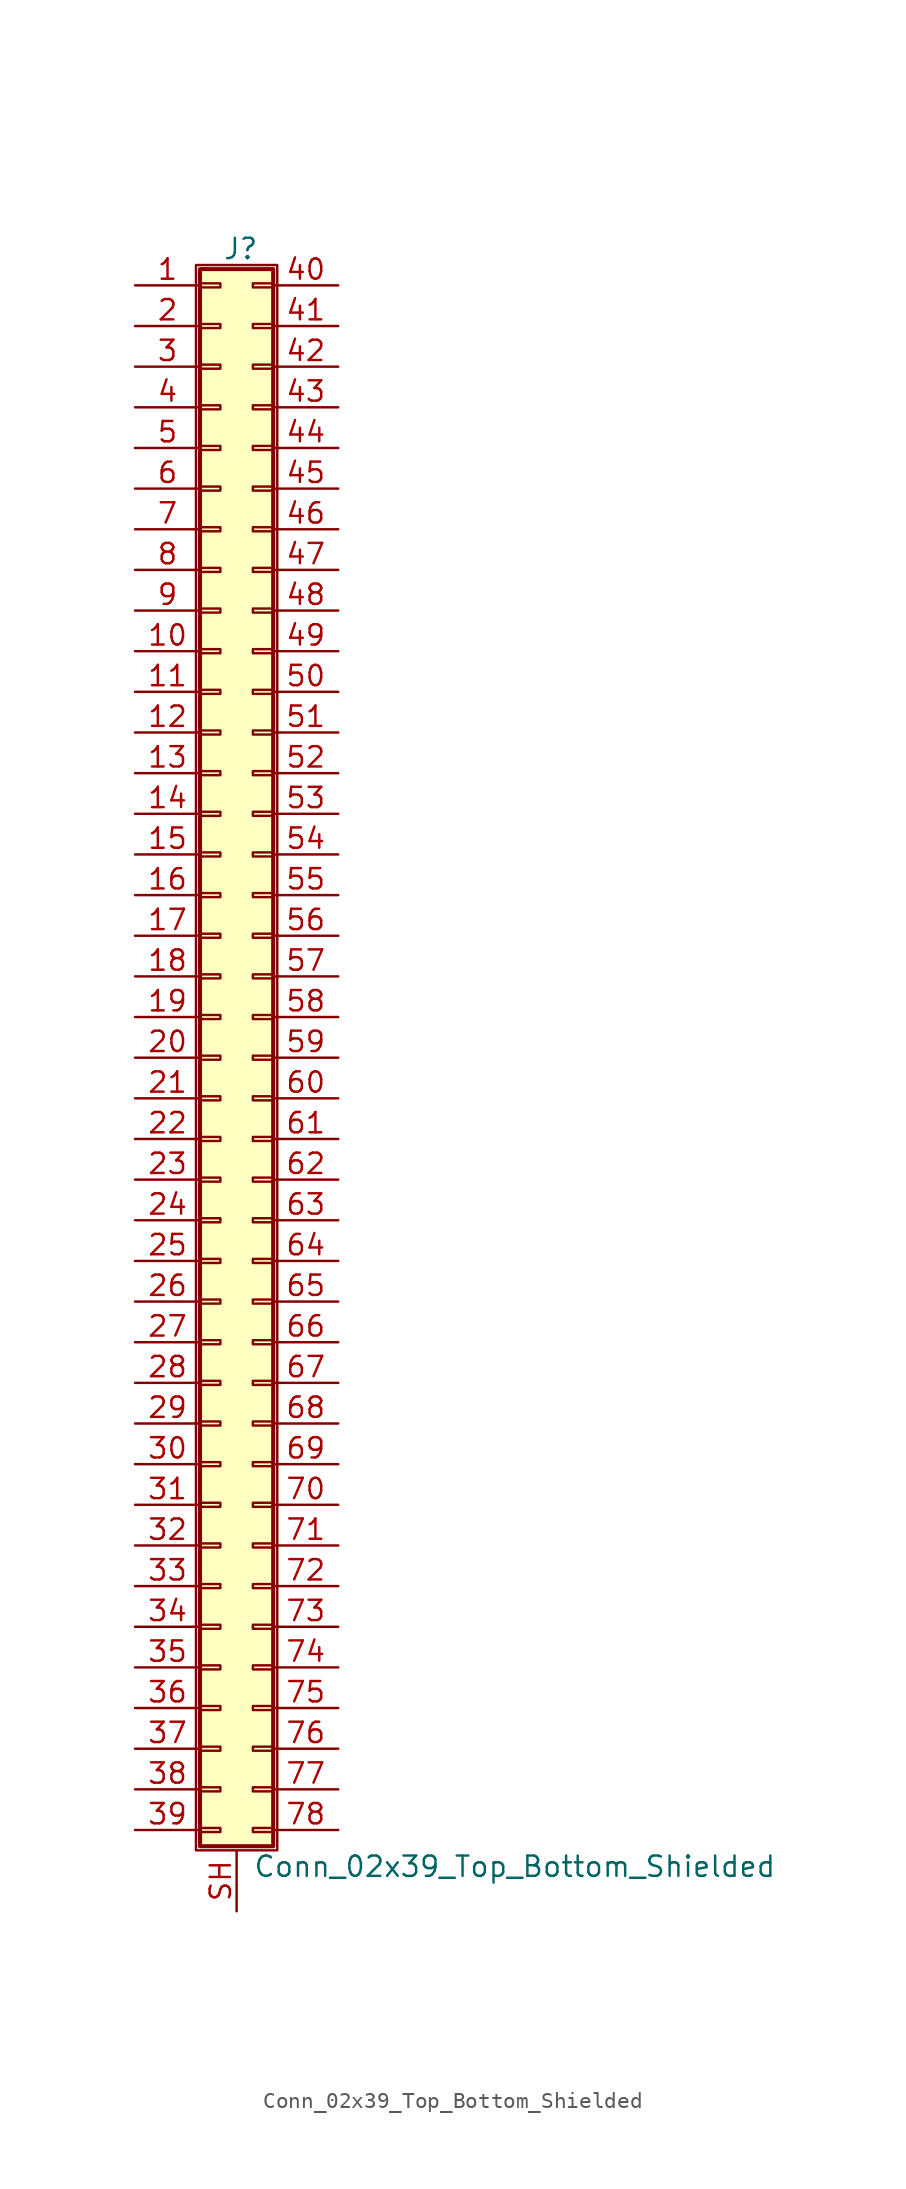
<source format=kicad_sym>
(kicad_symbol_lib
  (version 20201005)
  (generator kicad_symbol_editor)
  (symbol "Connector_Generic_Shielded:Conn_02x39_Top_Bottom_Shielded"
    (pin_names
      (offset 1.016) hide)
    (property "Reference" "J"
      (at 1.524 50.546 0)
      (effects (font (size 1.27 1.27))))
    (property "Value" "Conn_02x39_Top_Bottom_Shielded"
      (at 2.286 -50.546 0)
      (effects (font (size 1.27 1.27)) (justify left)))
    (symbol "Conn_02x39_Top_Bottom_Shielded_1_1"
      (rectangle (start -1.016 -27.813) (end 0.254 -28.067) (stroke (width 0.152)) (fill (type none)))
      (rectangle (start -1.016 -30.353) (end 0.254 -30.607) (stroke (width 0.152)) (fill (type none)))
      (rectangle (start -1.016 -32.893) (end 0.254 -33.147) (stroke (width 0.152)) (fill (type none)))
      (rectangle (start -1.016 -35.433) (end 0.254 -35.687) (stroke (width 0.152)) (fill (type none)))
      (rectangle (start -1.016 -37.973) (end 0.254 -38.227) (stroke (width 0.152)) (fill (type none)))
      (rectangle (start -1.016 -40.513) (end 0.254 -40.767) (stroke (width 0.152)) (fill (type none)))
      (rectangle (start -1.016 -43.053) (end 0.254 -43.307) (stroke (width 0.152)) (fill (type none)))
      (rectangle (start -1.016 -45.593) (end 0.254 -45.847) (stroke (width 0.152)) (fill (type none)))
      (rectangle (start -1.016 -48.133) (end 0.254 -48.387) (stroke (width 0.152)) (fill (type none)))
      (rectangle (start -1.016 -4.953) (end 0.254 -5.207) (stroke (width 0.152)) (fill (type none)))
      (rectangle (start -1.016 -7.493) (end 0.254 -7.747) (stroke (width 0.152)) (fill (type none)))
      (rectangle (start -1.016 -10.033) (end 0.254 -10.287) (stroke (width 0.152)) (fill (type none)))
      (rectangle (start -1.016 -12.573) (end 0.254 -12.827) (stroke (width 0.152)) (fill (type none)))
      (rectangle (start -1.016 -15.113) (end 0.254 -15.367) (stroke (width 0.152)) (fill (type none)))
      (rectangle (start -1.016 -17.653) (end 0.254 -17.907) (stroke (width 0.152)) (fill (type none)))
      (rectangle (start -1.016 -20.193) (end 0.254 -20.447) (stroke (width 0.152)) (fill (type none)))
      (rectangle (start -1.016 -22.733) (end 0.254 -22.987) (stroke (width 0.152)) (fill (type none)))
      (rectangle (start -1.016 -2.413) (end 0.254 -2.667) (stroke (width 0.152)) (fill (type none)))
      (rectangle (start -1.016 -25.273) (end 0.254 -25.527) (stroke (width 0.152)) (fill (type none)))
      (rectangle (start -1.016 25.527) (end 0.254 25.273) (stroke (width 0.152)) (fill (type none)))
      (rectangle (start -1.016 2.667) (end 0.254 2.413) (stroke (width 0.152)) (fill (type none)))
      (rectangle (start -1.016 28.067) (end 0.254 27.813) (stroke (width 0.152)) (fill (type none)))
      (rectangle (start -1.016 30.607) (end 0.254 30.353) (stroke (width 0.152)) (fill (type none)))
      (rectangle (start -1.016 33.147) (end 0.254 32.893) (stroke (width 0.152)) (fill (type none)))
      (rectangle (start -1.016 35.687) (end 0.254 35.433) (stroke (width 0.152)) (fill (type none)))
      (rectangle (start -1.016 38.227) (end 0.254 37.973) (stroke (width 0.152)) (fill (type none)))
      (rectangle (start -1.016 40.767) (end 0.254 40.513) (stroke (width 0.152)) (fill (type none)))
      (rectangle (start -1.016 43.307) (end 0.254 43.053) (stroke (width 0.152)) (fill (type none)))
      (rectangle (start -1.016 45.847) (end 0.254 45.593) (stroke (width 0.152)) (fill (type none)))
      (rectangle (start -1.016 48.387) (end 0.254 48.133) (stroke (width 0.152)) (fill (type none)))
      (rectangle (start -1.016 49.276) (end 3.556 -49.276) (stroke (width 0.254)) (fill (type background)))
      (rectangle (start -1.016 5.207) (end 0.254 4.953) (stroke (width 0.152)) (fill (type none)))
      (rectangle (start -1.016 7.747) (end 0.254 7.493) (stroke (width 0.152)) (fill (type none)))
      (rectangle (start -1.016 10.287) (end 0.254 10.033) (stroke (width 0.152)) (fill (type none)))
      (rectangle (start -1.016 0.127) (end 0.254 -0.127) (stroke (width 0.152)) (fill (type none)))
      (rectangle (start -1.016 12.827) (end 0.254 12.573) (stroke (width 0.152)) (fill (type none)))
      (rectangle (start -1.016 15.367) (end 0.254 15.113) (stroke (width 0.152)) (fill (type none)))
      (rectangle (start -1.016 17.907) (end 0.254 17.653) (stroke (width 0.152)) (fill (type none)))
      (rectangle (start -1.016 20.447) (end 0.254 20.193) (stroke (width 0.152)) (fill (type none)))
      (rectangle (start -1.016 22.987) (end 0.254 22.733) (stroke (width 0.152)) (fill (type none)))
      (rectangle (start -1.27 49.53) (end 3.81 -49.53) (stroke (width 0.152)) (fill (type none)))
      (rectangle (start 3.556 -27.813) (end 2.286 -28.067) (stroke (width 0.152)) (fill (type none)))
      (rectangle (start 3.556 -30.353) (end 2.286 -30.607) (stroke (width 0.152)) (fill (type none)))
      (rectangle (start 3.556 -32.893) (end 2.286 -33.147) (stroke (width 0.152)) (fill (type none)))
      (rectangle (start 3.556 -35.433) (end 2.286 -35.687) (stroke (width 0.152)) (fill (type none)))
      (rectangle (start 3.556 -37.973) (end 2.286 -38.227) (stroke (width 0.152)) (fill (type none)))
      (rectangle (start 3.556 -40.513) (end 2.286 -40.767) (stroke (width 0.152)) (fill (type none)))
      (rectangle (start 3.556 -43.053) (end 2.286 -43.307) (stroke (width 0.152)) (fill (type none)))
      (rectangle (start 3.556 -45.593) (end 2.286 -45.847) (stroke (width 0.152)) (fill (type none)))
      (rectangle (start 3.556 -48.133) (end 2.286 -48.387) (stroke (width 0.152)) (fill (type none)))
      (rectangle (start 3.556 -4.953) (end 2.286 -5.207) (stroke (width 0.152)) (fill (type none)))
      (rectangle (start 3.556 -7.493) (end 2.286 -7.747) (stroke (width 0.152)) (fill (type none)))
      (rectangle (start 3.556 -10.033) (end 2.286 -10.287) (stroke (width 0.152)) (fill (type none)))
      (rectangle (start 3.556 -12.573) (end 2.286 -12.827) (stroke (width 0.152)) (fill (type none)))
      (rectangle (start 3.556 -15.113) (end 2.286 -15.367) (stroke (width 0.152)) (fill (type none)))
      (rectangle (start 3.556 -17.653) (end 2.286 -17.907) (stroke (width 0.152)) (fill (type none)))
      (rectangle (start 3.556 -20.193) (end 2.286 -20.447) (stroke (width 0.152)) (fill (type none)))
      (rectangle (start 3.556 -22.733) (end 2.286 -22.987) (stroke (width 0.152)) (fill (type none)))
      (rectangle (start 3.556 -2.413) (end 2.286 -2.667) (stroke (width 0.152)) (fill (type none)))
      (rectangle (start 3.556 -25.273) (end 2.286 -25.527) (stroke (width 0.152)) (fill (type none)))
      (rectangle (start 3.556 25.527) (end 2.286 25.273) (stroke (width 0.152)) (fill (type none)))
      (rectangle (start 3.556 2.667) (end 2.286 2.413) (stroke (width 0.152)) (fill (type none)))
      (rectangle (start 3.556 28.067) (end 2.286 27.813) (stroke (width 0.152)) (fill (type none)))
      (rectangle (start 3.556 30.607) (end 2.286 30.353) (stroke (width 0.152)) (fill (type none)))
      (rectangle (start 3.556 33.147) (end 2.286 32.893) (stroke (width 0.152)) (fill (type none)))
      (rectangle (start 3.556 35.687) (end 2.286 35.433) (stroke (width 0.152)) (fill (type none)))
      (rectangle (start 3.556 38.227) (end 2.286 37.973) (stroke (width 0.152)) (fill (type none)))
      (rectangle (start 3.556 40.767) (end 2.286 40.513) (stroke (width 0.152)) (fill (type none)))
      (rectangle (start 3.556 43.307) (end 2.286 43.053) (stroke (width 0.152)) (fill (type none)))
      (rectangle (start 3.556 45.847) (end 2.286 45.593) (stroke (width 0.152)) (fill (type none)))
      (rectangle (start 3.556 48.387) (end 2.286 48.133) (stroke (width 0.152)) (fill (type none)))
      (rectangle (start 3.556 5.207) (end 2.286 4.953) (stroke (width 0.152)) (fill (type none)))
      (rectangle (start 3.556 7.747) (end 2.286 7.493) (stroke (width 0.152)) (fill (type none)))
      (rectangle (start 3.556 10.287) (end 2.286 10.033) (stroke (width 0.152)) (fill (type none)))
      (rectangle (start 3.556 0.127) (end 2.286 -0.127) (stroke (width 0.152)) (fill (type none)))
      (rectangle (start 3.556 12.827) (end 2.286 12.573) (stroke (width 0.152)) (fill (type none)))
      (rectangle (start 3.556 15.367) (end 2.286 15.113) (stroke (width 0.152)) (fill (type none)))
      (rectangle (start 3.556 17.907) (end 2.286 17.653) (stroke (width 0.152)) (fill (type none)))
      (rectangle (start 3.556 20.447) (end 2.286 20.193) (stroke (width 0.152)) (fill (type none)))
      (rectangle (start 3.556 22.987) (end 2.286 22.733) (stroke (width 0.152)) (fill (type none)))
      (pin passive line (at -5.08 48.26 0) (length 4.064) (name "Pin_1" (effects (font (size 1.27 1.27)))) (number "1" (effects (font (size 1.27 1.27)))))
      (pin passive line (at -5.08 25.4 0) (length 4.064) (name "Pin_10" (effects (font (size 1.27 1.27)))) (number "10" (effects (font (size 1.27 1.27)))))
      (pin passive line (at -5.08 22.86 0) (length 4.064) (name "Pin_11" (effects (font (size 1.27 1.27)))) (number "11" (effects (font (size 1.27 1.27)))))
      (pin passive line (at -5.08 20.32 0) (length 4.064) (name "Pin_12" (effects (font (size 1.27 1.27)))) (number "12" (effects (font (size 1.27 1.27)))))
      (pin passive line (at -5.08 17.78 0) (length 4.064) (name "Pin_13" (effects (font (size 1.27 1.27)))) (number "13" (effects (font (size 1.27 1.27)))))
      (pin passive line (at -5.08 15.24 0) (length 4.064) (name "Pin_14" (effects (font (size 1.27 1.27)))) (number "14" (effects (font (size 1.27 1.27)))))
      (pin passive line (at -5.08 12.7 0) (length 4.064) (name "Pin_15" (effects (font (size 1.27 1.27)))) (number "15" (effects (font (size 1.27 1.27)))))
      (pin passive line (at -5.08 10.16 0) (length 4.064) (name "Pin_16" (effects (font (size 1.27 1.27)))) (number "16" (effects (font (size 1.27 1.27)))))
      (pin passive line (at -5.08 7.62 0) (length 4.064) (name "Pin_17" (effects (font (size 1.27 1.27)))) (number "17" (effects (font (size 1.27 1.27)))))
      (pin passive line (at -5.08 5.08 0) (length 4.064) (name "Pin_18" (effects (font (size 1.27 1.27)))) (number "18" (effects (font (size 1.27 1.27)))))
      (pin passive line (at -5.08 2.54 0) (length 4.064) (name "Pin_19" (effects (font (size 1.27 1.27)))) (number "19" (effects (font (size 1.27 1.27)))))
      (pin passive line (at -5.08 45.72 0) (length 4.064) (name "Pin_2" (effects (font (size 1.27 1.27)))) (number "2" (effects (font (size 1.27 1.27)))))
      (pin passive line (at -5.08 0 0) (length 4.064) (name "Pin_20" (effects (font (size 1.27 1.27)))) (number "20" (effects (font (size 1.27 1.27)))))
      (pin passive line (at -5.08 -2.54 0) (length 4.064) (name "Pin_21" (effects (font (size 1.27 1.27)))) (number "21" (effects (font (size 1.27 1.27)))))
      (pin passive line (at -5.08 -5.08 0) (length 4.064) (name "Pin_22" (effects (font (size 1.27 1.27)))) (number "22" (effects (font (size 1.27 1.27)))))
      (pin passive line (at -5.08 -7.62 0) (length 4.064) (name "Pin_23" (effects (font (size 1.27 1.27)))) (number "23" (effects (font (size 1.27 1.27)))))
      (pin passive line (at -5.08 -10.16 0) (length 4.064) (name "Pin_24" (effects (font (size 1.27 1.27)))) (number "24" (effects (font (size 1.27 1.27)))))
      (pin passive line (at -5.08 -12.7 0) (length 4.064) (name "Pin_25" (effects (font (size 1.27 1.27)))) (number "25" (effects (font (size 1.27 1.27)))))
      (pin passive line (at -5.08 -15.24 0) (length 4.064) (name "Pin_26" (effects (font (size 1.27 1.27)))) (number "26" (effects (font (size 1.27 1.27)))))
      (pin passive line (at -5.08 -17.78 0) (length 4.064) (name "Pin_27" (effects (font (size 1.27 1.27)))) (number "27" (effects (font (size 1.27 1.27)))))
      (pin passive line (at -5.08 -20.32 0) (length 4.064) (name "Pin_28" (effects (font (size 1.27 1.27)))) (number "28" (effects (font (size 1.27 1.27)))))
      (pin passive line (at -5.08 -22.86 0) (length 4.064) (name "Pin_29" (effects (font (size 1.27 1.27)))) (number "29" (effects (font (size 1.27 1.27)))))
      (pin passive line (at -5.08 43.18 0) (length 4.064) (name "Pin_3" (effects (font (size 1.27 1.27)))) (number "3" (effects (font (size 1.27 1.27)))))
      (pin passive line (at -5.08 -25.4 0) (length 4.064) (name "Pin_30" (effects (font (size 1.27 1.27)))) (number "30" (effects (font (size 1.27 1.27)))))
      (pin passive line (at -5.08 -27.94 0) (length 4.064) (name "Pin_31" (effects (font (size 1.27 1.27)))) (number "31" (effects (font (size 1.27 1.27)))))
      (pin passive line (at -5.08 -30.48 0) (length 4.064) (name "Pin_32" (effects (font (size 1.27 1.27)))) (number "32" (effects (font (size 1.27 1.27)))))
      (pin passive line (at -5.08 -33.02 0) (length 4.064) (name "Pin_33" (effects (font (size 1.27 1.27)))) (number "33" (effects (font (size 1.27 1.27)))))
      (pin passive line (at -5.08 -35.56 0) (length 4.064) (name "Pin_34" (effects (font (size 1.27 1.27)))) (number "34" (effects (font (size 1.27 1.27)))))
      (pin passive line (at -5.08 -38.1 0) (length 4.064) (name "Pin_35" (effects (font (size 1.27 1.27)))) (number "35" (effects (font (size 1.27 1.27)))))
      (pin passive line (at -5.08 -40.64 0) (length 4.064) (name "Pin_36" (effects (font (size 1.27 1.27)))) (number "36" (effects (font (size 1.27 1.27)))))
      (pin passive line (at -5.08 -43.18 0) (length 4.064) (name "Pin_37" (effects (font (size 1.27 1.27)))) (number "37" (effects (font (size 1.27 1.27)))))
      (pin passive line (at -5.08 -45.72 0) (length 4.064) (name "Pin_38" (effects (font (size 1.27 1.27)))) (number "38" (effects (font (size 1.27 1.27)))))
      (pin passive line (at -5.08 -48.26 0) (length 4.064) (name "Pin_39" (effects (font (size 1.27 1.27)))) (number "39" (effects (font (size 1.27 1.27)))))
      (pin passive line (at -5.08 40.64 0) (length 4.064) (name "Pin_4" (effects (font (size 1.27 1.27)))) (number "4" (effects (font (size 1.27 1.27)))))
      (pin passive line (at 7.62 48.26 180) (length 4.064) (name "Pin_40" (effects (font (size 1.27 1.27)))) (number "40" (effects (font (size 1.27 1.27)))))
      (pin passive line (at 7.62 45.72 180) (length 4.064) (name "Pin_41" (effects (font (size 1.27 1.27)))) (number "41" (effects (font (size 1.27 1.27)))))
      (pin passive line (at 7.62 43.18 180) (length 4.064) (name "Pin_42" (effects (font (size 1.27 1.27)))) (number "42" (effects (font (size 1.27 1.27)))))
      (pin passive line (at 7.62 40.64 180) (length 4.064) (name "Pin_43" (effects (font (size 1.27 1.27)))) (number "43" (effects (font (size 1.27 1.27)))))
      (pin passive line (at 7.62 38.1 180) (length 4.064) (name "Pin_44" (effects (font (size 1.27 1.27)))) (number "44" (effects (font (size 1.27 1.27)))))
      (pin passive line (at 7.62 35.56 180) (length 4.064) (name "Pin_45" (effects (font (size 1.27 1.27)))) (number "45" (effects (font (size 1.27 1.27)))))
      (pin passive line (at 7.62 33.02 180) (length 4.064) (name "Pin_46" (effects (font (size 1.27 1.27)))) (number "46" (effects (font (size 1.27 1.27)))))
      (pin passive line (at 7.62 30.48 180) (length 4.064) (name "Pin_47" (effects (font (size 1.27 1.27)))) (number "47" (effects (font (size 1.27 1.27)))))
      (pin passive line (at 7.62 27.94 180) (length 4.064) (name "Pin_48" (effects (font (size 1.27 1.27)))) (number "48" (effects (font (size 1.27 1.27)))))
      (pin passive line (at 7.62 25.4 180) (length 4.064) (name "Pin_49" (effects (font (size 1.27 1.27)))) (number "49" (effects (font (size 1.27 1.27)))))
      (pin passive line (at -5.08 38.1 0) (length 4.064) (name "Pin_5" (effects (font (size 1.27 1.27)))) (number "5" (effects (font (size 1.27 1.27)))))
      (pin passive line (at 7.62 22.86 180) (length 4.064) (name "Pin_50" (effects (font (size 1.27 1.27)))) (number "50" (effects (font (size 1.27 1.27)))))
      (pin passive line (at 7.62 20.32 180) (length 4.064) (name "Pin_51" (effects (font (size 1.27 1.27)))) (number "51" (effects (font (size 1.27 1.27)))))
      (pin passive line (at 7.62 17.78 180) (length 4.064) (name "Pin_52" (effects (font (size 1.27 1.27)))) (number "52" (effects (font (size 1.27 1.27)))))
      (pin passive line (at 7.62 15.24 180) (length 4.064) (name "Pin_53" (effects (font (size 1.27 1.27)))) (number "53" (effects (font (size 1.27 1.27)))))
      (pin passive line (at 7.62 12.7 180) (length 4.064) (name "Pin_54" (effects (font (size 1.27 1.27)))) (number "54" (effects (font (size 1.27 1.27)))))
      (pin passive line (at 7.62 10.16 180) (length 4.064) (name "Pin_55" (effects (font (size 1.27 1.27)))) (number "55" (effects (font (size 1.27 1.27)))))
      (pin passive line (at 7.62 7.62 180) (length 4.064) (name "Pin_56" (effects (font (size 1.27 1.27)))) (number "56" (effects (font (size 1.27 1.27)))))
      (pin passive line (at 7.62 5.08 180) (length 4.064) (name "Pin_57" (effects (font (size 1.27 1.27)))) (number "57" (effects (font (size 1.27 1.27)))))
      (pin passive line (at 7.62 2.54 180) (length 4.064) (name "Pin_58" (effects (font (size 1.27 1.27)))) (number "58" (effects (font (size 1.27 1.27)))))
      (pin passive line (at 7.62 0 180) (length 4.064) (name "Pin_59" (effects (font (size 1.27 1.27)))) (number "59" (effects (font (size 1.27 1.27)))))
      (pin passive line (at -5.08 35.56 0) (length 4.064) (name "Pin_6" (effects (font (size 1.27 1.27)))) (number "6" (effects (font (size 1.27 1.27)))))
      (pin passive line (at 7.62 -2.54 180) (length 4.064) (name "Pin_60" (effects (font (size 1.27 1.27)))) (number "60" (effects (font (size 1.27 1.27)))))
      (pin passive line (at 7.62 -5.08 180) (length 4.064) (name "Pin_61" (effects (font (size 1.27 1.27)))) (number "61" (effects (font (size 1.27 1.27)))))
      (pin passive line (at 7.62 -7.62 180) (length 4.064) (name "Pin_62" (effects (font (size 1.27 1.27)))) (number "62" (effects (font (size 1.27 1.27)))))
      (pin passive line (at 7.62 -10.16 180) (length 4.064) (name "Pin_63" (effects (font (size 1.27 1.27)))) (number "63" (effects (font (size 1.27 1.27)))))
      (pin passive line (at 7.62 -12.7 180) (length 4.064) (name "Pin_64" (effects (font (size 1.27 1.27)))) (number "64" (effects (font (size 1.27 1.27)))))
      (pin passive line (at 7.62 -15.24 180) (length 4.064) (name "Pin_65" (effects (font (size 1.27 1.27)))) (number "65" (effects (font (size 1.27 1.27)))))
      (pin passive line (at 7.62 -17.78 180) (length 4.064) (name "Pin_66" (effects (font (size 1.27 1.27)))) (number "66" (effects (font (size 1.27 1.27)))))
      (pin passive line (at 7.62 -20.32 180) (length 4.064) (name "Pin_67" (effects (font (size 1.27 1.27)))) (number "67" (effects (font (size 1.27 1.27)))))
      (pin passive line (at 7.62 -22.86 180) (length 4.064) (name "Pin_68" (effects (font (size 1.27 1.27)))) (number "68" (effects (font (size 1.27 1.27)))))
      (pin passive line (at 7.62 -25.4 180) (length 4.064) (name "Pin_69" (effects (font (size 1.27 1.27)))) (number "69" (effects (font (size 1.27 1.27)))))
      (pin passive line (at -5.08 33.02 0) (length 4.064) (name "Pin_7" (effects (font (size 1.27 1.27)))) (number "7" (effects (font (size 1.27 1.27)))))
      (pin passive line (at 7.62 -27.94 180) (length 4.064) (name "Pin_70" (effects (font (size 1.27 1.27)))) (number "70" (effects (font (size 1.27 1.27)))))
      (pin passive line (at 7.62 -30.48 180) (length 4.064) (name "Pin_71" (effects (font (size 1.27 1.27)))) (number "71" (effects (font (size 1.27 1.27)))))
      (pin passive line (at 7.62 -33.02 180) (length 4.064) (name "Pin_72" (effects (font (size 1.27 1.27)))) (number "72" (effects (font (size 1.27 1.27)))))
      (pin passive line (at 7.62 -35.56 180) (length 4.064) (name "Pin_73" (effects (font (size 1.27 1.27)))) (number "73" (effects (font (size 1.27 1.27)))))
      (pin passive line (at 7.62 -38.1 180) (length 4.064) (name "Pin_74" (effects (font (size 1.27 1.27)))) (number "74" (effects (font (size 1.27 1.27)))))
      (pin passive line (at 7.62 -40.64 180) (length 4.064) (name "Pin_75" (effects (font (size 1.27 1.27)))) (number "75" (effects (font (size 1.27 1.27)))))
      (pin passive line (at 7.62 -43.18 180) (length 4.064) (name "Pin_76" (effects (font (size 1.27 1.27)))) (number "76" (effects (font (size 1.27 1.27)))))
      (pin passive line (at 7.62 -45.72 180) (length 4.064) (name "Pin_77" (effects (font (size 1.27 1.27)))) (number "77" (effects (font (size 1.27 1.27)))))
      (pin passive line (at 7.62 -48.26 180) (length 4.064) (name "Pin_78" (effects (font (size 1.27 1.27)))) (number "78" (effects (font (size 1.27 1.27)))))
      (pin passive line (at -5.08 30.48 0) (length 4.064) (name "Pin_8" (effects (font (size 1.27 1.27)))) (number "8" (effects (font (size 1.27 1.27)))))
      (pin passive line (at -5.08 27.94 0) (length 4.064) (name "Pin_9" (effects (font (size 1.27 1.27)))) (number "9" (effects (font (size 1.27 1.27)))))
      (pin passive line (at 1.27 -53.34 90) (length 3.81) (name "Shield" (effects (font (size 1.27 1.27)))) (number "SH" (effects (font (size 1.27 1.27))))))))
</source>
